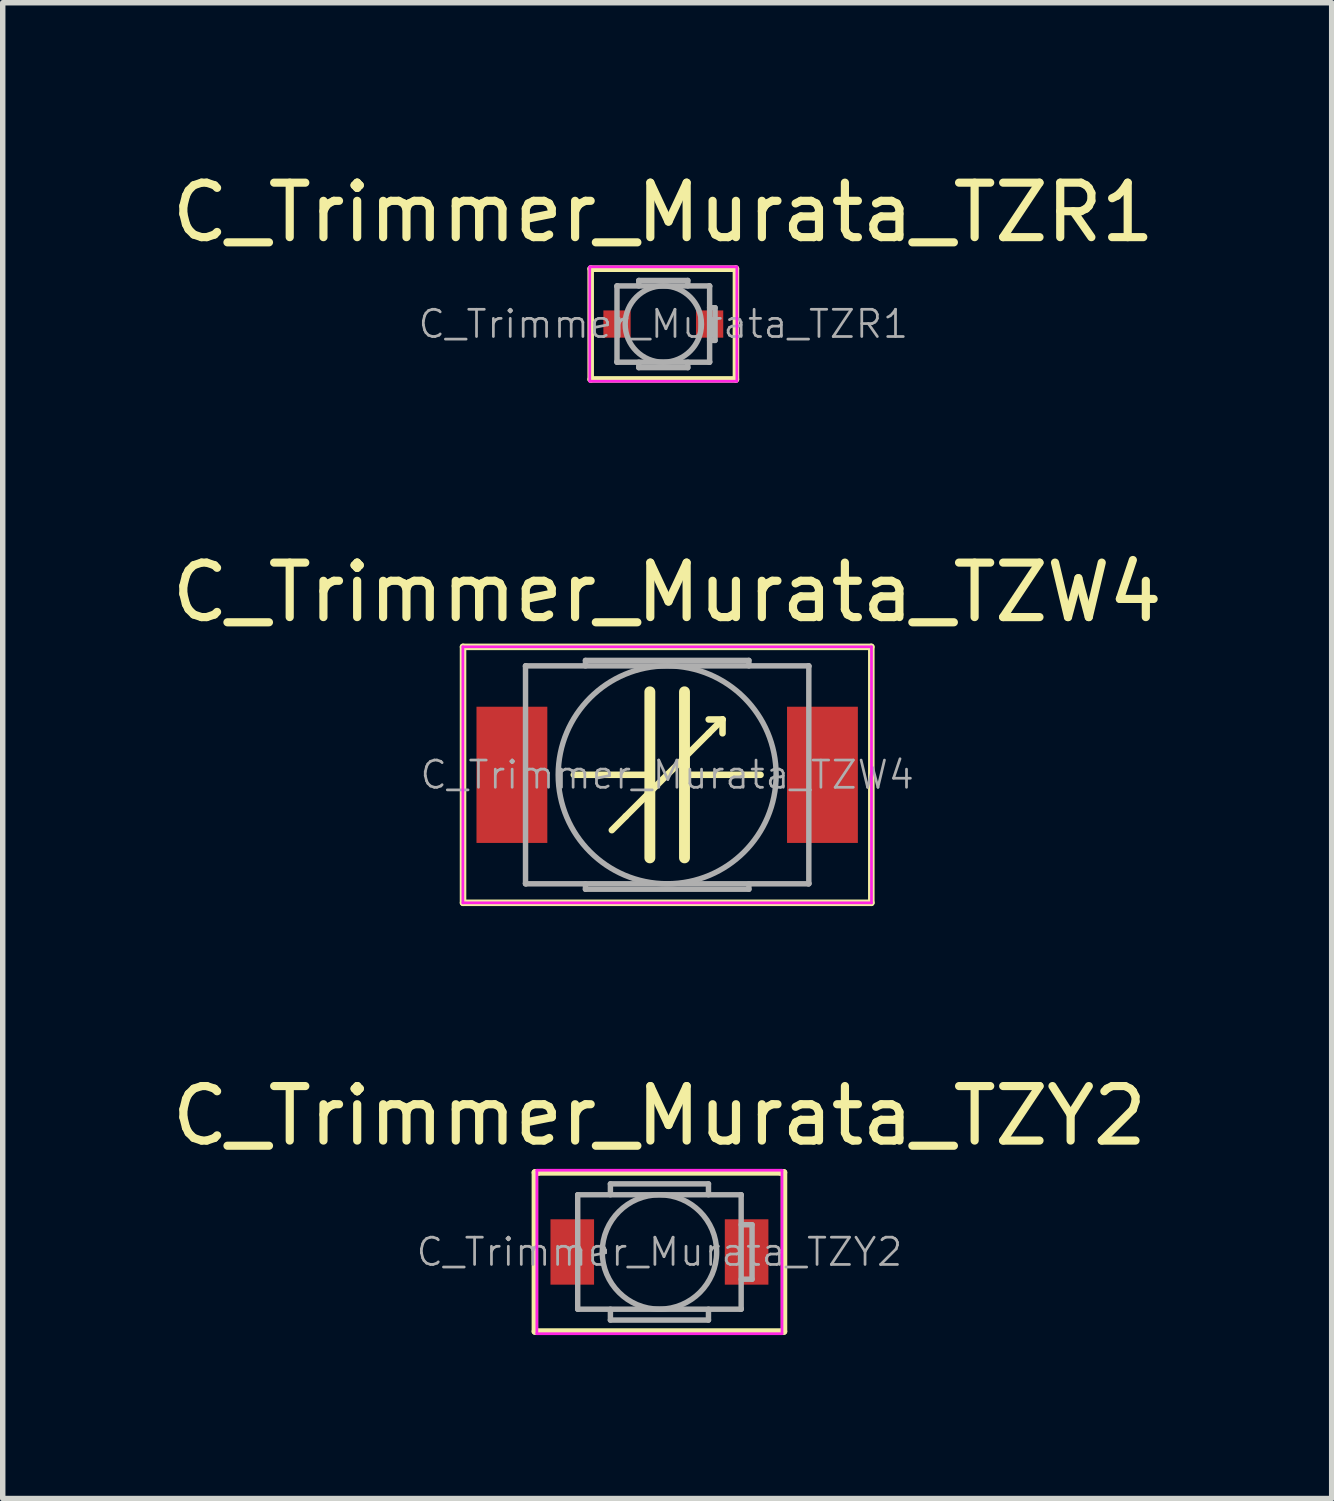
<source format=kicad_pcb>
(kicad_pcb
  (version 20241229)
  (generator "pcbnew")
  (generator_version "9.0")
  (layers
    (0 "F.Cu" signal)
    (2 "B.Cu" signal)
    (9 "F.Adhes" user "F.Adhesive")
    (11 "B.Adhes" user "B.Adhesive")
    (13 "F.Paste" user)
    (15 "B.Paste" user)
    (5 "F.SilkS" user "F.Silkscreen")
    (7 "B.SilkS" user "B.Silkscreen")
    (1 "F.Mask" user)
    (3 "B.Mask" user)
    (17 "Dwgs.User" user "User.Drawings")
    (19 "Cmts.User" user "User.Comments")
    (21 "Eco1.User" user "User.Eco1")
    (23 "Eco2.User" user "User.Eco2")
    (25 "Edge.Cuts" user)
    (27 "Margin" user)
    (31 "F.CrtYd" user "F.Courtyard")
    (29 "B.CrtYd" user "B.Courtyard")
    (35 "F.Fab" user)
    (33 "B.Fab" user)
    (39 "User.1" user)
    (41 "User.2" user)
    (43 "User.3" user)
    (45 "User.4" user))
  (footprint "C_Trimmer_Murata_TZR1"
    (layer "F.Cu")
    (at 9.125 2.898)
    (property "Reference" "C_Trimmer_Murata_TZR1" (at 0 -2.05 0) (layer "F.SilkS") (effects (font (size 1 1) (thickness 0.15))))
    (attr smd)
    (fp_line (start -1.333 -1.016) (end -1.333 1.016) (stroke (width 0.12) (type solid)) (layer "F.SilkS"))
    (fp_line (start -1.333 1.016) (end 1.333 1.016) (stroke (width 0.12) (type solid)) (layer "F.SilkS"))
    (fp_line (start 1.333 -1.016) (end -1.333 -1.016) (stroke (width 0.12) (type solid)) (layer "F.SilkS"))
    (fp_line (start 1.333 1.016) (end 1.333 -1.016) (stroke (width 0.12) (type solid)) (layer "F.SilkS"))
    (fp_line (start -1.35 -1.05) (end -1.35 1.05) (stroke (width 0.05) (type solid)) (layer "F.CrtYd"))
    (fp_line (start -1.35 1.05) (end 1.35 1.05) (stroke (width 0.05) (type solid)) (layer "F.CrtYd"))
    (fp_line (start 1.35 -1.05) (end -1.35 -1.05) (stroke (width 0.05) (type solid)) (layer "F.CrtYd"))
    (fp_line (start 1.35 1.05) (end 1.35 -1.05) (stroke (width 0.05) (type solid)) (layer "F.CrtYd"))
    (fp_line (start -0.85 -0.7) (end -0.84 -0.7) (stroke (width 0.1) (type solid)) (layer "F.Fab"))
    (fp_line (start -0.85 -0.69) (end -0.85 -0.7) (stroke (width 0.1) (type solid)) (layer "F.Fab"))
    (fp_line (start -0.85 0.69) (end -0.85 -0.69) (stroke (width 0.1) (type solid)) (layer "F.Fab"))
    (fp_line (start -0.85 0.7) (end -0.85 0.69) (stroke (width 0.1) (type solid)) (layer "F.Fab"))
    (fp_line (start -0.84 -0.7) (end 0.84 -0.7) (stroke (width 0.1) (type solid)) (layer "F.Fab"))
    (fp_line (start -0.84 0.7) (end -0.85 0.7) (stroke (width 0.1) (type solid)) (layer "F.Fab"))
    (fp_line (start -0.45 -0.8) (end 0.45 -0.8) (stroke (width 0.1) (type solid)) (layer "F.Fab"))
    (fp_line (start -0.45 -0.7) (end -0.45 -0.8) (stroke (width 0.1) (type solid)) (layer "F.Fab"))
    (fp_line (start -0.45 0.7) (end -0.45 0.8) (stroke (width 0.1) (type solid)) (layer "F.Fab"))
    (fp_line (start -0.45 0.8) (end 0.45 0.8) (stroke (width 0.1) (type solid)) (layer "F.Fab"))
    (fp_line (start 0.45 -0.8) (end 0.45 -0.7) (stroke (width 0.1) (type solid)) (layer "F.Fab"))
    (fp_line (start 0.45 0.8) (end 0.45 0.7) (stroke (width 0.1) (type solid)) (layer "F.Fab"))
    (fp_line (start 0.84 -0.7) (end 0.85 -0.7) (stroke (width 0.1) (type solid)) (layer "F.Fab"))
    (fp_line (start 0.84 0.7) (end -0.84 0.7) (stroke (width 0.1) (type solid)) (layer "F.Fab"))
    (fp_line (start 0.85 -0.7) (end 0.85 -0.69) (stroke (width 0.1) (type solid)) (layer "F.Fab"))
    (fp_line (start 0.85 -0.69) (end 0.85 0.69) (stroke (width 0.1) (type solid)) (layer "F.Fab"))
    (fp_line (start 0.85 -0.3) (end 0.95 -0.3) (stroke (width 0.1) (type solid)) (layer "F.Fab"))
    (fp_line (start 0.85 0.69) (end 0.85 0.7) (stroke (width 0.1) (type solid)) (layer "F.Fab"))
    (fp_line (start 0.85 0.7) (end 0.84 0.7) (stroke (width 0.1) (type solid)) (layer "F.Fab"))
    (fp_line (start 0.95 -0.3) (end 0.95 0.3) (stroke (width 0.1) (type solid)) (layer "F.Fab"))
    (fp_line (start 0.95 0.3) (end 0.85 0.3) (stroke (width 0.1) (type solid)) (layer "F.Fab"))
    (fp_circle (center 0 0) (end 0.7 0) (stroke (width 0.1) (type solid)) (fill no) (layer "F.Fab"))
    (fp_text user "${REFERENCE}" (at 0 0 0) (layer "F.Fab") (effects (font (size 0.5 0.5) (thickness 0.05))))
    (pad "1" smd rect (at -0.85 0) (size 0.5 0.5) (layers "F.Cu" "F.Mask" "F.Paste"))
    (pad "2" smd rect (at 0.85 0) (size 0.5 0.5) (layers "F.Cu" "F.Mask" "F.Paste")))
  (footprint "C_Trimmer_Murata_TZY2"
    (layer "F.Cu")
    (at 9.054 19.93)
    (property "Reference" "C_Trimmer_Murata_TZY2" (at 0 -2.5 0) (layer "F.SilkS") (effects (font (size 1 1) (thickness 0.15))))
    (attr smd)
    (fp_line (start -2.286 -1.46) (end -2.286 1.46) (stroke (width 0.12) (type solid)) (layer "F.SilkS"))
    (fp_line (start -2.286 1.46) (end 2.286 1.46) (stroke (width 0.12) (type solid)) (layer "F.SilkS"))
    (fp_line (start -2.223 -1.46) (end -2.286 -1.46) (stroke (width 0.12) (type solid)) (layer "F.SilkS"))
    (fp_line (start 2.223 -1.46) (end -2.223 -1.46) (stroke (width 0.12) (type solid)) (layer "F.SilkS"))
    (fp_line (start 2.286 -1.46) (end 2.223 -1.46) (stroke (width 0.12) (type solid)) (layer "F.SilkS"))
    (fp_line (start 2.286 1.46) (end 2.286 -1.46) (stroke (width 0.12) (type solid)) (layer "F.SilkS"))
    (fp_line (start -2.25 -1.5) (end -2.25 1.5) (stroke (width 0.05) (type solid)) (layer "F.CrtYd"))
    (fp_line (start -2.25 1.5) (end 2.25 1.5) (stroke (width 0.05) (type solid)) (layer "F.CrtYd"))
    (fp_line (start 2.25 -1.5) (end -2.25 -1.5) (stroke (width 0.05) (type solid)) (layer "F.CrtYd"))
    (fp_line (start 2.25 1.5) (end 2.25 -1.5) (stroke (width 0.05) (type solid)) (layer "F.CrtYd"))
    (fp_line (start -1.5 -1.05) (end -1.49 -1.05) (stroke (width 0.1) (type solid)) (layer "F.Fab"))
    (fp_line (start -1.5 -1.04) (end -1.5 -1.05) (stroke (width 0.1) (type solid)) (layer "F.Fab"))
    (fp_line (start -1.5 1.04) (end -1.5 -1.04) (stroke (width 0.1) (type solid)) (layer "F.Fab"))
    (fp_line (start -1.5 1.05) (end -1.5 1.04) (stroke (width 0.1) (type solid)) (layer "F.Fab"))
    (fp_line (start -1.49 -1.05) (end 1.49 -1.05) (stroke (width 0.1) (type solid)) (layer "F.Fab"))
    (fp_line (start -1.49 1.05) (end -1.5 1.05) (stroke (width 0.1) (type solid)) (layer "F.Fab"))
    (fp_line (start -0.9 -1.25) (end 0.9 -1.25) (stroke (width 0.1) (type solid)) (layer "F.Fab"))
    (fp_line (start -0.9 -1.05) (end -0.9 -1.25) (stroke (width 0.1) (type solid)) (layer "F.Fab"))
    (fp_line (start -0.9 1.05) (end -0.9 1.25) (stroke (width 0.1) (type solid)) (layer "F.Fab"))
    (fp_line (start -0.9 1.25) (end 0.9 1.25) (stroke (width 0.1) (type solid)) (layer "F.Fab"))
    (fp_line (start 0.9 -1.25) (end 0.9 -1.05) (stroke (width 0.1) (type solid)) (layer "F.Fab"))
    (fp_line (start 0.9 1.25) (end 0.9 1.05) (stroke (width 0.1) (type solid)) (layer "F.Fab"))
    (fp_line (start 1.49 -1.05) (end 1.5 -1.05) (stroke (width 0.1) (type solid)) (layer "F.Fab"))
    (fp_line (start 1.49 1.05) (end -1.49 1.05) (stroke (width 0.1) (type solid)) (layer "F.Fab"))
    (fp_line (start 1.5 -1.05) (end 1.5 -1.04) (stroke (width 0.1) (type solid)) (layer "F.Fab"))
    (fp_line (start 1.5 -1.04) (end 1.5 1.04) (stroke (width 0.1) (type solid)) (layer "F.Fab"))
    (fp_line (start 1.5 -0.5) (end 1.7 -0.5) (stroke (width 0.1) (type solid)) (layer "F.Fab"))
    (fp_line (start 1.5 1.04) (end 1.5 1.05) (stroke (width 0.1) (type solid)) (layer "F.Fab"))
    (fp_line (start 1.5 1.05) (end 1.49 1.05) (stroke (width 0.1) (type solid)) (layer "F.Fab"))
    (fp_line (start 1.7 -0.5) (end 1.7 0.5) (stroke (width 0.1) (type solid)) (layer "F.Fab"))
    (fp_line (start 1.7 0.5) (end 1.5 0.5) (stroke (width 0.1) (type solid)) (layer "F.Fab"))
    (fp_circle (center 0 0) (end 1.05 0) (stroke (width 0.1) (type solid)) (fill no) (layer "F.Fab"))
    (fp_text user "${REFERENCE}" (at 0 0 0) (layer "F.Fab") (effects (font (size 0.5 0.5) (thickness 0.05))))
    (pad "1" smd rect (at -1.6 0) (size 0.8 1.2) (layers "F.Cu" "F.Mask" "F.Paste"))
    (pad "2" smd rect (at 1.6 0) (size 0.8 1.2) (layers "F.Cu" "F.Mask" "F.Paste")))
  (footprint "C_Trimmer_Murata_TZW4"
    (layer "F.Cu")
    (at 9.196 11.172)
    (property "Reference" "C_Trimmer_Murata_TZW4" (at 0 -3.35 0) (layer "F.SilkS") (effects (font (size 1 1) (thickness 0.15))))
    (attr smd)
    (fp_line (start -3.747 -2.349) (end -3.747 2.349) (stroke (width 0.12) (type solid)) (layer "F.SilkS"))
    (fp_line (start -3.747 2.349) (end 3.747 2.349) (stroke (width 0.12) (type solid)) (layer "F.SilkS"))
    (fp_line (start -0.762 0.762) (end -1.016 1.016) (stroke (width 0.12) (type solid)) (layer "F.SilkS"))
    (fp_line (start -0.318 -1.524) (end -0.318 1.524) (stroke (width 0.2) (type solid)) (layer "F.SilkS"))
    (fp_line (start -0.318 0) (end -1.714 0) (stroke (width 0.12) (type solid)) (layer "F.SilkS"))
    (fp_line (start 0 0) (end -0.762 0.762) (stroke (width 0.12) (type solid)) (layer "F.SilkS"))
    (fp_line (start 0 0) (end 0.762 -0.762) (stroke (width 0.12) (type solid)) (layer "F.SilkS"))
    (fp_line (start 0.318 -1.524) (end 0.318 1.524) (stroke (width 0.2) (type solid)) (layer "F.SilkS"))
    (fp_line (start 0.762 -0.762) (end 1.016 -1.016) (stroke (width 0.12) (type solid)) (layer "F.SilkS"))
    (fp_line (start 1.016 -1.016) (end 0.762 -1.016) (stroke (width 0.12) (type solid)) (layer "F.SilkS"))
    (fp_line (start 1.016 -1.016) (end 1.016 -0.762) (stroke (width 0.12) (type solid)) (layer "F.SilkS"))
    (fp_line (start 1.714 0) (end 0.318 0) (stroke (width 0.12) (type solid)) (layer "F.SilkS"))
    (fp_line (start 3.747 -2.349) (end -3.747 -2.349) (stroke (width 0.12) (type solid)) (layer "F.SilkS"))
    (fp_line (start 3.747 2.349) (end 3.747 -2.349) (stroke (width 0.12) (type solid)) (layer "F.SilkS"))
    (fp_line (start -3.75 -2.35) (end -3.75 2.35) (stroke (width 0.05) (type solid)) (layer "F.CrtYd"))
    (fp_line (start -3.75 2.35) (end 3.75 2.35) (stroke (width 0.05) (type solid)) (layer "F.CrtYd"))
    (fp_line (start 3.75 -2.35) (end -3.75 -2.35) (stroke (width 0.05) (type solid)) (layer "F.CrtYd"))
    (fp_line (start 3.75 2.35) (end 3.75 -2.35) (stroke (width 0.05) (type solid)) (layer "F.CrtYd"))
    (fp_line (start -2.6 -2) (end -2.59 -2) (stroke (width 0.1) (type solid)) (layer "F.Fab"))
    (fp_line (start -2.6 -1.99) (end -2.6 -2) (stroke (width 0.1) (type solid)) (layer "F.Fab"))
    (fp_line (start -2.6 1.99) (end -2.6 -1.99) (stroke (width 0.1) (type solid)) (layer "F.Fab"))
    (fp_line (start -2.6 2) (end -2.6 1.99) (stroke (width 0.1) (type solid)) (layer "F.Fab"))
    (fp_line (start -2.59 -2) (end 2.59 -2) (stroke (width 0.1) (type solid)) (layer "F.Fab"))
    (fp_line (start -2.59 2) (end -2.6 2) (stroke (width 0.1) (type solid)) (layer "F.Fab"))
    (fp_line (start -1.5 -2.1) (end 1.5 -2.1) (stroke (width 0.1) (type solid)) (layer "F.Fab"))
    (fp_line (start -1.5 -2) (end -1.5 -2.1) (stroke (width 0.1) (type solid)) (layer "F.Fab"))
    (fp_line (start -1.5 2) (end -1.5 2.1) (stroke (width 0.1) (type solid)) (layer "F.Fab"))
    (fp_line (start -1.5 2.1) (end 1.5 2.1) (stroke (width 0.1) (type solid)) (layer "F.Fab"))
    (fp_line (start 1.5 -2.1) (end 1.5 -2) (stroke (width 0.1) (type solid)) (layer "F.Fab"))
    (fp_line (start 1.5 2.1) (end 1.5 2) (stroke (width 0.1) (type solid)) (layer "F.Fab"))
    (fp_line (start 2.59 -2) (end 2.6 -2) (stroke (width 0.1) (type solid)) (layer "F.Fab"))
    (fp_line (start 2.59 2) (end -2.59 2) (stroke (width 0.1) (type solid)) (layer "F.Fab"))
    (fp_line (start 2.6 -2) (end 2.6 -1.99) (stroke (width 0.1) (type solid)) (layer "F.Fab"))
    (fp_line (start 2.6 -1.99) (end 2.6 1.99) (stroke (width 0.1) (type solid)) (layer "F.Fab"))
    (fp_line (start 2.6 1.99) (end 2.6 2) (stroke (width 0.1) (type solid)) (layer "F.Fab"))
    (fp_line (start 2.6 2) (end 2.59 2) (stroke (width 0.1) (type solid)) (layer "F.Fab"))
    (fp_circle (center 0 0) (end 2 0) (stroke (width 0.1) (type solid)) (fill no) (layer "F.Fab"))
    (fp_text user "${REFERENCE}" (at 0 0 0) (layer "F.Fab") (effects (font (size 0.5 0.5) (thickness 0.05))))
    (pad "1" smd rect (at -2.85 0) (size 1.3 2.5) (layers "F.Cu" "F.Mask" "F.Paste"))
    (pad "2" smd rect (at 2.85 0) (size 1.3 2.5) (layers "F.Cu" "F.Mask" "F.Paste")))
  (gr_rect
    (start -3 -3)
    (end 21.393 24.455)
    (stroke (width 0.1) (type default))
    (fill no)
    (layer "Edge.Cuts")))
</source>
